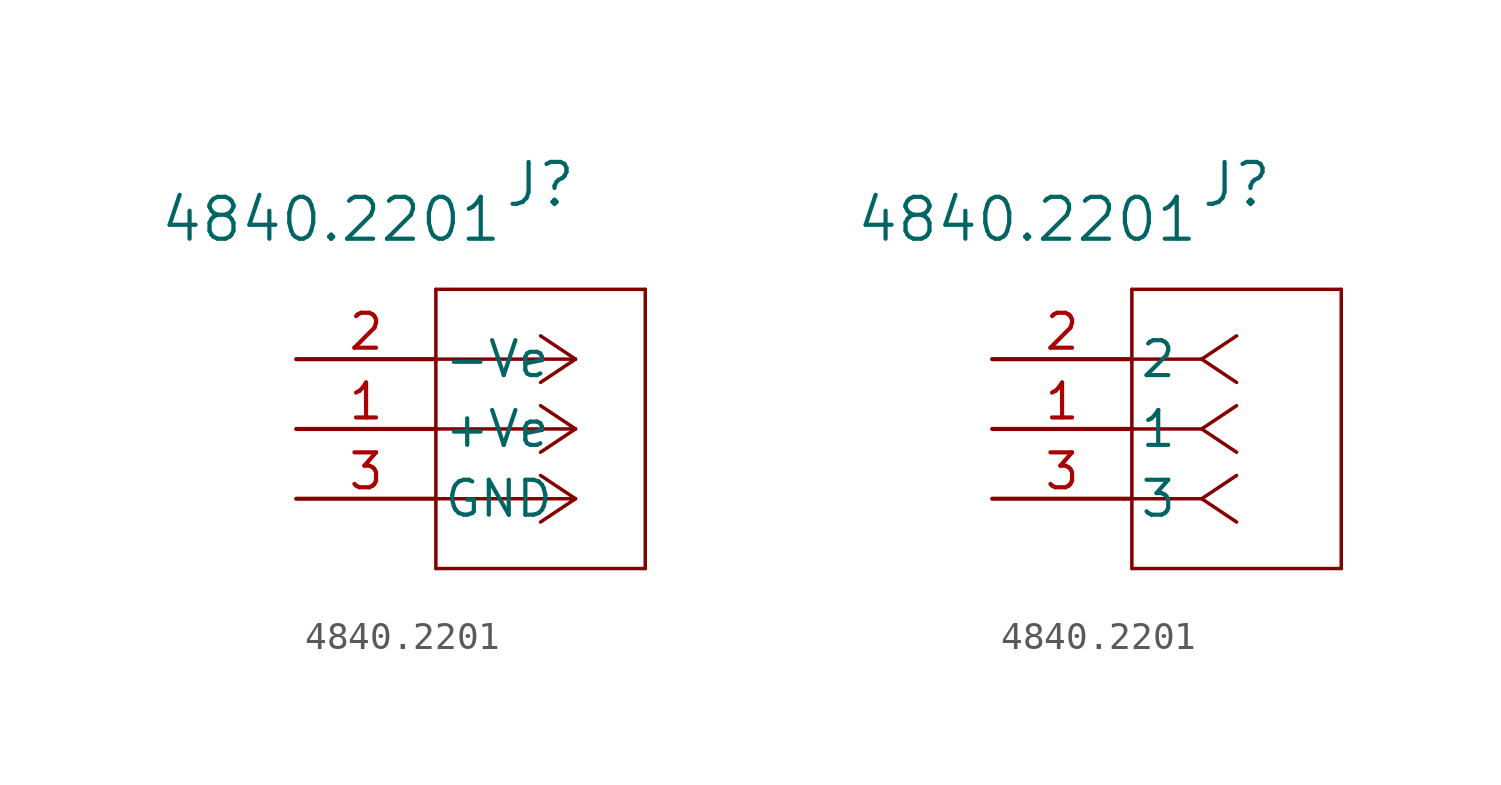
<source format=kicad_sym>
(kicad_symbol_lib
  (version 20220914)
  (generator kicad_symbol_editor)
  (symbol "4840.2201"
    (pin_names
      (offset 0.254))
    (property "Reference" "J"
      (at 8.89 6.35 0)
      (effects (font (size 1.524 1.524))))
    (property "Value" "4840.2201"
      (at 1.27 5.08 0)
      (effects (font (size 1.524 1.524))))
    (property "ki_locked" ""
      (at 0 0 0)
      (effects (font (size 1.27 1.27))))
    (symbol "4840.2201_1_1"
      (polyline (pts (xy 5.08 -7.62) (xy 12.7 -7.62)) (stroke (width 0.127) (type default)) (fill (type none)))
      (polyline (pts (xy 5.08 2.54) (xy 5.08 -7.62)) (stroke (width 0.127) (type default)) (fill (type none)))
      (polyline (pts (xy 10.16 -5.08) (xy 5.08 -5.08)) (stroke (width 0.127) (type default)) (fill (type none)))
      (polyline (pts (xy 10.16 -5.08) (xy 8.89 -5.927)) (stroke (width 0.127) (type default)) (fill (type none)))
      (polyline (pts (xy 10.16 -5.08) (xy 8.89 -4.233)) (stroke (width 0.127) (type default)) (fill (type none)))
      (polyline (pts (xy 10.16 -2.54) (xy 5.08 -2.54)) (stroke (width 0.127) (type default)) (fill (type none)))
      (polyline (pts (xy 10.16 -2.54) (xy 8.89 -3.387)) (stroke (width 0.127) (type default)) (fill (type none)))
      (polyline (pts (xy 10.16 -2.54) (xy 8.89 -1.693)) (stroke (width 0.127) (type default)) (fill (type none)))
      (polyline (pts (xy 10.16 0) (xy 5.08 0)) (stroke (width 0.127) (type default)) (fill (type none)))
      (polyline (pts (xy 10.16 0) (xy 8.89 -0.847)) (stroke (width 0.127) (type default)) (fill (type none)))
      (polyline (pts (xy 10.16 0) (xy 8.89 0.847)) (stroke (width 0.127) (type default)) (fill (type none)))
      (polyline (pts (xy 12.7 -7.62) (xy 12.7 2.54)) (stroke (width 0.127) (type default)) (fill (type none)))
      (polyline (pts (xy 12.7 2.54) (xy 5.08 2.54)) (stroke (width 0.127) (type default)) (fill (type none)))
      (pin power_in line (at 0 -2.54 0) (length 5.08) (name "+Ve" (effects (font (size 1.27 1.27)))) (number "1" (effects (font (size 1.27 1.27)))))
      (pin power_in line (at 0 0 0) (length 5.08) (name "-Ve" (effects (font (size 1.27 1.27)))) (number "2" (effects (font (size 1.27 1.27)))))
      (pin power_in line (at 0 -5.08 0) (length 5.08) (name "GND" (effects (font (size 1.27 1.27)))) (number "3" (effects (font (size 1.27 1.27))))))
    (symbol "4840.2201_1_2"
      (polyline (pts (xy 5.08 -7.62) (xy 12.7 -7.62)) (stroke (width 0.127) (type default)) (fill (type none)))
      (polyline (pts (xy 5.08 2.54) (xy 5.08 -7.62)) (stroke (width 0.127) (type default)) (fill (type none)))
      (polyline (pts (xy 7.62 -5.08) (xy 5.08 -5.08)) (stroke (width 0.127) (type default)) (fill (type none)))
      (polyline (pts (xy 7.62 -5.08) (xy 8.89 -5.927)) (stroke (width 0.127) (type default)) (fill (type none)))
      (polyline (pts (xy 7.62 -5.08) (xy 8.89 -4.233)) (stroke (width 0.127) (type default)) (fill (type none)))
      (polyline (pts (xy 7.62 -2.54) (xy 5.08 -2.54)) (stroke (width 0.127) (type default)) (fill (type none)))
      (polyline (pts (xy 7.62 -2.54) (xy 8.89 -3.387)) (stroke (width 0.127) (type default)) (fill (type none)))
      (polyline (pts (xy 7.62 -2.54) (xy 8.89 -1.693)) (stroke (width 0.127) (type default)) (fill (type none)))
      (polyline (pts (xy 7.62 0) (xy 5.08 0)) (stroke (width 0.127) (type default)) (fill (type none)))
      (polyline (pts (xy 7.62 0) (xy 8.89 -0.847)) (stroke (width 0.127) (type default)) (fill (type none)))
      (polyline (pts (xy 7.62 0) (xy 8.89 0.847)) (stroke (width 0.127) (type default)) (fill (type none)))
      (polyline (pts (xy 12.7 -7.62) (xy 12.7 2.54)) (stroke (width 0.127) (type default)) (fill (type none)))
      (polyline (pts (xy 12.7 2.54) (xy 5.08 2.54)) (stroke (width 0.127) (type default)) (fill (type none)))
      (pin unspecified line (at 0 -2.54 0) (length 5.08) (name "1" (effects (font (size 1.27 1.27)))) (number "1" (effects (font (size 1.27 1.27)))))
      (pin unspecified line (at 0 0 0) (length 5.08) (name "2" (effects (font (size 1.27 1.27)))) (number "2" (effects (font (size 1.27 1.27)))))
      (pin unspecified line (at 0 -5.08 0) (length 5.08) (name "3" (effects (font (size 1.27 1.27)))) (number "3" (effects (font (size 1.27 1.27))))))))
</source>
